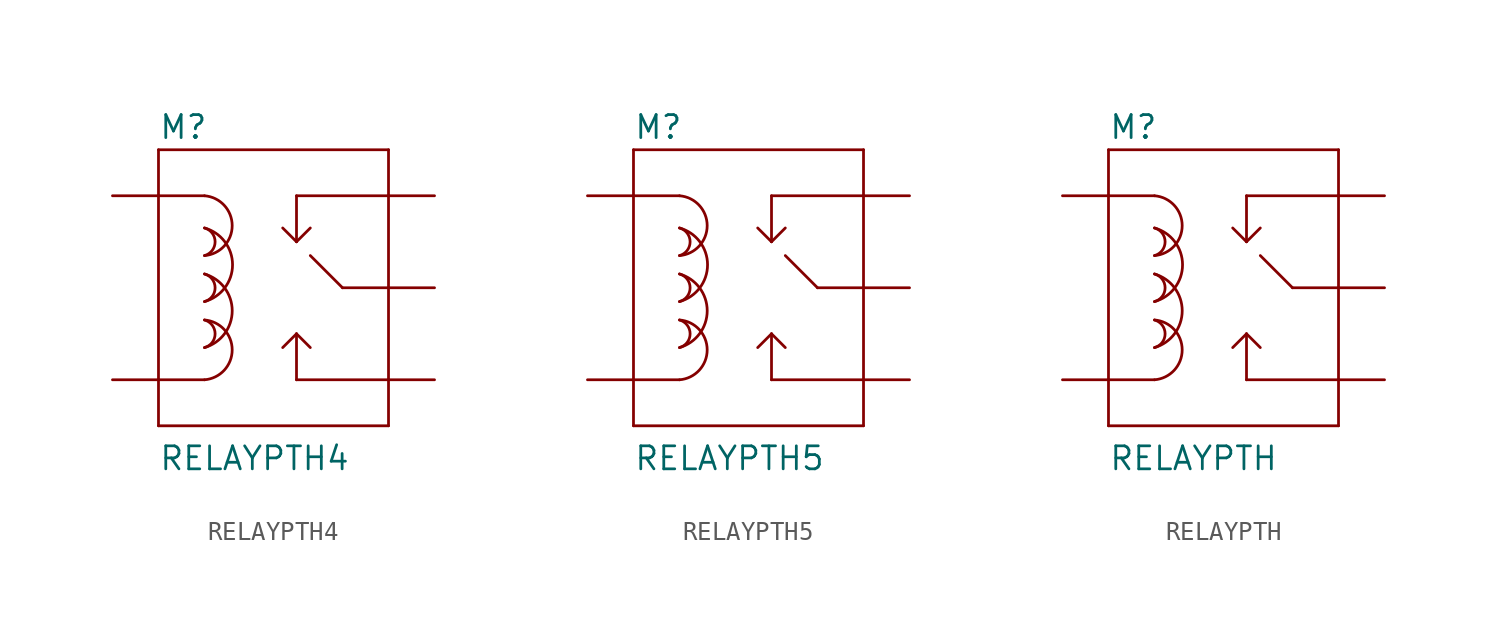
<source format=kicad_sym>
(kicad_symbol_lib
  (version 20211014)
  (generator kicad_symbol_editor)
  (symbol "RELAYPTH4"
    (pin_numbers hide)
    (pin_names
      (offset 1.016) hide)
    (property "Reference" "M"
      (at -7.62 8.128 0)
      (effects (font (size 1.27 1.27)) (justify left bottom)))
    (property "Value" "RELAYPTH4"
      (at -7.62 -10.16 0)
      (effects (font (size 1.27 1.27)) (justify left bottom)))
    (property "ki_locked" ""
      (at 0 0 0)
      (effects (font (size 1.27 1.27))))
    (symbol "RELAYPTH4_1_0"
      (polyline (pts (xy -7.62 -7.62) (xy -7.62 -5.08)) (stroke (width 0) (type default) (color 0 0 0 0)) (fill (type none)))
      (polyline (pts (xy -7.62 -5.08) (xy -7.62 5.08)) (stroke (width 0) (type default) (color 0 0 0 0)) (fill (type none)))
      (polyline (pts (xy -7.62 -5.08) (xy -5.08 -5.08)) (stroke (width 0) (type default) (color 0 0 0 0)) (fill (type none)))
      (polyline (pts (xy -7.62 5.08) (xy -7.62 7.62)) (stroke (width 0) (type default) (color 0 0 0 0)) (fill (type none)))
      (polyline (pts (xy -7.62 5.08) (xy -5.08 5.08)) (stroke (width 0) (type default) (color 0 0 0 0)) (fill (type none)))
      (polyline (pts (xy -7.62 7.62) (xy 5.08 7.62)) (stroke (width 0) (type default) (color 0 0 0 0)) (fill (type none)))
      (polyline (pts (xy 0 -5.08) (xy 0 -2.54)) (stroke (width 0) (type default) (color 0 0 0 0)) (fill (type none)))
      (polyline (pts (xy 0 -2.54) (xy -0.762 -3.302)) (stroke (width 0) (type default) (color 0 0 0 0)) (fill (type none)))
      (polyline (pts (xy 0 -2.54) (xy 0.762 -3.302)) (stroke (width 0) (type default) (color 0 0 0 0)) (fill (type none)))
      (polyline (pts (xy 0 2.54) (xy -0.762 3.302)) (stroke (width 0) (type default) (color 0 0 0 0)) (fill (type none)))
      (polyline (pts (xy 0 2.54) (xy 0.762 3.302)) (stroke (width 0) (type default) (color 0 0 0 0)) (fill (type none)))
      (polyline (pts (xy 0 5.08) (xy 0 2.54)) (stroke (width 0) (type default) (color 0 0 0 0)) (fill (type none)))
      (polyline (pts (xy 2.54 0) (xy 0.762 1.778)) (stroke (width 0) (type default) (color 0 0 0 0)) (fill (type none)))
      (polyline (pts (xy 5.08 -7.62) (xy -7.62 -7.62)) (stroke (width 0) (type default) (color 0 0 0 0)) (fill (type none)))
      (polyline (pts (xy 5.08 -5.08) (xy 0 -5.08)) (stroke (width 0) (type default) (color 0 0 0 0)) (fill (type none)))
      (polyline (pts (xy 5.08 -5.08) (xy 5.08 -7.62)) (stroke (width 0) (type default) (color 0 0 0 0)) (fill (type none)))
      (polyline (pts (xy 5.08 0) (xy 2.54 0)) (stroke (width 0) (type default) (color 0 0 0 0)) (fill (type none)))
      (polyline (pts (xy 5.08 0) (xy 5.08 -5.08)) (stroke (width 0) (type default) (color 0 0 0 0)) (fill (type none)))
      (polyline (pts (xy 5.08 5.08) (xy 0 5.08)) (stroke (width 0) (type default) (color 0 0 0 0)) (fill (type none)))
      (polyline (pts (xy 5.08 5.08) (xy 5.08 0)) (stroke (width 0) (type default) (color 0 0 0 0)) (fill (type none)))
      (polyline (pts (xy 5.08 7.62) (xy 5.08 5.08)) (stroke (width 0) (type default) (color 0 0 0 0)) (fill (type none))))
    (symbol "RELAYPTH4_1_1"
      (arc (start -5.08 -5.08) (mid -3.5511 -3.429) (end -5.08 -1.778) (stroke (width 0) (type default) (color 0 0 0 0)) (fill (type none)))
      (arc (start -5.08 -3.302) (mid -4.4946 -2.54) (end -5.08 -1.778) (stroke (width 0) (type default) (color 0 0 0 0)) (fill (type none)))
      (arc (start -5.08 -3.302) (mid -3.5499 -1.27) (end -5.08 0.762) (stroke (width 0) (type default) (color 0 0 0 0)) (fill (type none)))
      (arc (start -5.08 -0.762) (mid -4.4946 0) (end -5.08 0.762) (stroke (width 0) (type default) (color 0 0 0 0)) (fill (type none)))
      (arc (start -5.08 -0.762) (mid -3.5314 1.27) (end -5.08 3.302) (stroke (width 0) (type default) (color 0 0 0 0)) (fill (type none)))
      (arc (start -5.08 1.778) (mid -4.4946 2.54) (end -5.08 3.302) (stroke (width 0) (type default) (color 0 0 0 0)) (fill (type none)))
      (arc (start -5.08 1.778) (mid -3.5511 3.429) (end -5.08 5.08) (stroke (width 0) (type default) (color 0 0 0 0)) (fill (type none)))
      (pin bidirectional line (at -10.16 -5.08 0) (length 2.54) (name "COIL2" (effects (font (size 1.016 1.016)))) (number "1" (effects (font (size 1.016 1.016)))))
      (pin bidirectional line (at 7.62 5.08 180) (length 2.54) (name "NC" (effects (font (size 1.016 1.016)))) (number "2" (effects (font (size 1.016 1.016)))))
      (pin bidirectional line (at 7.62 -5.08 180) (length 2.54) (name "NO" (effects (font (size 1.016 1.016)))) (number "3" (effects (font (size 1.016 1.016)))))
      (pin bidirectional line (at 7.62 0 180) (length 2.54) (name "MAIN" (effects (font (size 1.016 1.016)))) (number "4" (effects (font (size 1.016 1.016)))))
      (pin bidirectional line (at -10.16 5.08 0) (length 2.54) (name "COIL1" (effects (font (size 1.016 1.016)))) (number "5" (effects (font (size 1.016 1.016)))))))
  (symbol "RELAYPTH5"
    (pin_numbers hide)
    (pin_names
      (offset 1.016) hide)
    (property "Reference" "M"
      (at -7.62 8.128 0)
      (effects (font (size 1.27 1.27)) (justify left bottom)))
    (property "Value" "RELAYPTH5"
      (at -7.62 -10.16 0)
      (effects (font (size 1.27 1.27)) (justify left bottom)))
    (property "ki_locked" ""
      (at 0 0 0)
      (effects (font (size 1.27 1.27))))
    (symbol "RELAYPTH5_1_0"
      (polyline (pts (xy -7.62 -7.62) (xy -7.62 -5.08)) (stroke (width 0) (type default) (color 0 0 0 0)) (fill (type none)))
      (polyline (pts (xy -7.62 -5.08) (xy -7.62 5.08)) (stroke (width 0) (type default) (color 0 0 0 0)) (fill (type none)))
      (polyline (pts (xy -7.62 -5.08) (xy -5.08 -5.08)) (stroke (width 0) (type default) (color 0 0 0 0)) (fill (type none)))
      (polyline (pts (xy -7.62 5.08) (xy -7.62 7.62)) (stroke (width 0) (type default) (color 0 0 0 0)) (fill (type none)))
      (polyline (pts (xy -7.62 5.08) (xy -5.08 5.08)) (stroke (width 0) (type default) (color 0 0 0 0)) (fill (type none)))
      (polyline (pts (xy -7.62 7.62) (xy 5.08 7.62)) (stroke (width 0) (type default) (color 0 0 0 0)) (fill (type none)))
      (polyline (pts (xy 0 -5.08) (xy 0 -2.54)) (stroke (width 0) (type default) (color 0 0 0 0)) (fill (type none)))
      (polyline (pts (xy 0 -2.54) (xy -0.762 -3.302)) (stroke (width 0) (type default) (color 0 0 0 0)) (fill (type none)))
      (polyline (pts (xy 0 -2.54) (xy 0.762 -3.302)) (stroke (width 0) (type default) (color 0 0 0 0)) (fill (type none)))
      (polyline (pts (xy 0 2.54) (xy -0.762 3.302)) (stroke (width 0) (type default) (color 0 0 0 0)) (fill (type none)))
      (polyline (pts (xy 0 2.54) (xy 0.762 3.302)) (stroke (width 0) (type default) (color 0 0 0 0)) (fill (type none)))
      (polyline (pts (xy 0 5.08) (xy 0 2.54)) (stroke (width 0) (type default) (color 0 0 0 0)) (fill (type none)))
      (polyline (pts (xy 2.54 0) (xy 0.762 1.778)) (stroke (width 0) (type default) (color 0 0 0 0)) (fill (type none)))
      (polyline (pts (xy 5.08 -7.62) (xy -7.62 -7.62)) (stroke (width 0) (type default) (color 0 0 0 0)) (fill (type none)))
      (polyline (pts (xy 5.08 -5.08) (xy 0 -5.08)) (stroke (width 0) (type default) (color 0 0 0 0)) (fill (type none)))
      (polyline (pts (xy 5.08 -5.08) (xy 5.08 -7.62)) (stroke (width 0) (type default) (color 0 0 0 0)) (fill (type none)))
      (polyline (pts (xy 5.08 0) (xy 2.54 0)) (stroke (width 0) (type default) (color 0 0 0 0)) (fill (type none)))
      (polyline (pts (xy 5.08 0) (xy 5.08 -5.08)) (stroke (width 0) (type default) (color 0 0 0 0)) (fill (type none)))
      (polyline (pts (xy 5.08 5.08) (xy 0 5.08)) (stroke (width 0) (type default) (color 0 0 0 0)) (fill (type none)))
      (polyline (pts (xy 5.08 5.08) (xy 5.08 0)) (stroke (width 0) (type default) (color 0 0 0 0)) (fill (type none)))
      (polyline (pts (xy 5.08 7.62) (xy 5.08 5.08)) (stroke (width 0) (type default) (color 0 0 0 0)) (fill (type none))))
    (symbol "RELAYPTH5_1_1"
      (arc (start -5.08 -5.08) (mid -3.5511 -3.429) (end -5.08 -1.778) (stroke (width 0) (type default) (color 0 0 0 0)) (fill (type none)))
      (arc (start -5.08 -3.302) (mid -4.4946 -2.54) (end -5.08 -1.778) (stroke (width 0) (type default) (color 0 0 0 0)) (fill (type none)))
      (arc (start -5.08 -3.302) (mid -3.5499 -1.27) (end -5.08 0.762) (stroke (width 0) (type default) (color 0 0 0 0)) (fill (type none)))
      (arc (start -5.08 -0.762) (mid -4.4946 0) (end -5.08 0.762) (stroke (width 0) (type default) (color 0 0 0 0)) (fill (type none)))
      (arc (start -5.08 -0.762) (mid -3.5314 1.27) (end -5.08 3.302) (stroke (width 0) (type default) (color 0 0 0 0)) (fill (type none)))
      (arc (start -5.08 1.778) (mid -4.4946 2.54) (end -5.08 3.302) (stroke (width 0) (type default) (color 0 0 0 0)) (fill (type none)))
      (arc (start -5.08 1.778) (mid -3.5511 3.429) (end -5.08 5.08) (stroke (width 0) (type default) (color 0 0 0 0)) (fill (type none)))
      (pin bidirectional line (at -10.16 5.08 0) (length 2.54) (name "COIL1" (effects (font (size 1.016 1.016)))) (number "COIL1" (effects (font (size 1.016 1.016)))))
      (pin bidirectional line (at -10.16 -5.08 0) (length 2.54) (name "COIL2" (effects (font (size 1.016 1.016)))) (number "COIL2" (effects (font (size 1.016 1.016)))))
      (pin bidirectional line (at 7.62 0 180) (length 2.54) (name "MAIN" (effects (font (size 1.016 1.016)))) (number "MAIN" (effects (font (size 1.016 1.016)))))
      (pin bidirectional line (at 7.62 5.08 180) (length 2.54) (name "NC" (effects (font (size 1.016 1.016)))) (number "NC" (effects (font (size 1.016 1.016)))))
      (pin bidirectional line (at 7.62 -5.08 180) (length 2.54) (name "NO" (effects (font (size 1.016 1.016)))) (number "NO" (effects (font (size 1.016 1.016)))))))
  (symbol "RELAYPTH"
    (pin_numbers hide)
    (pin_names
      (offset 1.016) hide)
    (property "Reference" "M"
      (at -7.62 8.128 0)
      (effects (font (size 1.27 1.27)) (justify left bottom)))
    (property "Value" "RELAYPTH"
      (at -7.62 -10.16 0)
      (effects (font (size 1.27 1.27)) (justify left bottom)))
    (property "ki_locked" ""
      (at 0 0 0)
      (effects (font (size 1.27 1.27))))
    (symbol "RELAYPTH_1_0"
      (polyline (pts (xy -7.62 -7.62) (xy -7.62 -5.08)) (stroke (width 0) (type default) (color 0 0 0 0)) (fill (type none)))
      (polyline (pts (xy -7.62 -5.08) (xy -7.62 5.08)) (stroke (width 0) (type default) (color 0 0 0 0)) (fill (type none)))
      (polyline (pts (xy -7.62 -5.08) (xy -5.08 -5.08)) (stroke (width 0) (type default) (color 0 0 0 0)) (fill (type none)))
      (polyline (pts (xy -7.62 5.08) (xy -7.62 7.62)) (stroke (width 0) (type default) (color 0 0 0 0)) (fill (type none)))
      (polyline (pts (xy -7.62 5.08) (xy -5.08 5.08)) (stroke (width 0) (type default) (color 0 0 0 0)) (fill (type none)))
      (polyline (pts (xy -7.62 7.62) (xy 5.08 7.62)) (stroke (width 0) (type default) (color 0 0 0 0)) (fill (type none)))
      (polyline (pts (xy 0 -5.08) (xy 0 -2.54)) (stroke (width 0) (type default) (color 0 0 0 0)) (fill (type none)))
      (polyline (pts (xy 0 -2.54) (xy -0.762 -3.302)) (stroke (width 0) (type default) (color 0 0 0 0)) (fill (type none)))
      (polyline (pts (xy 0 -2.54) (xy 0.762 -3.302)) (stroke (width 0) (type default) (color 0 0 0 0)) (fill (type none)))
      (polyline (pts (xy 0 2.54) (xy -0.762 3.302)) (stroke (width 0) (type default) (color 0 0 0 0)) (fill (type none)))
      (polyline (pts (xy 0 2.54) (xy 0.762 3.302)) (stroke (width 0) (type default) (color 0 0 0 0)) (fill (type none)))
      (polyline (pts (xy 0 5.08) (xy 0 2.54)) (stroke (width 0) (type default) (color 0 0 0 0)) (fill (type none)))
      (polyline (pts (xy 2.54 0) (xy 0.762 1.778)) (stroke (width 0) (type default) (color 0 0 0 0)) (fill (type none)))
      (polyline (pts (xy 5.08 -7.62) (xy -7.62 -7.62)) (stroke (width 0) (type default) (color 0 0 0 0)) (fill (type none)))
      (polyline (pts (xy 5.08 -5.08) (xy 0 -5.08)) (stroke (width 0) (type default) (color 0 0 0 0)) (fill (type none)))
      (polyline (pts (xy 5.08 -5.08) (xy 5.08 -7.62)) (stroke (width 0) (type default) (color 0 0 0 0)) (fill (type none)))
      (polyline (pts (xy 5.08 0) (xy 2.54 0)) (stroke (width 0) (type default) (color 0 0 0 0)) (fill (type none)))
      (polyline (pts (xy 5.08 0) (xy 5.08 -5.08)) (stroke (width 0) (type default) (color 0 0 0 0)) (fill (type none)))
      (polyline (pts (xy 5.08 5.08) (xy 0 5.08)) (stroke (width 0) (type default) (color 0 0 0 0)) (fill (type none)))
      (polyline (pts (xy 5.08 5.08) (xy 5.08 0)) (stroke (width 0) (type default) (color 0 0 0 0)) (fill (type none)))
      (polyline (pts (xy 5.08 7.62) (xy 5.08 5.08)) (stroke (width 0) (type default) (color 0 0 0 0)) (fill (type none))))
    (symbol "RELAYPTH_1_1"
      (arc (start -5.08 -5.08) (mid -3.5511 -3.429) (end -5.08 -1.778) (stroke (width 0) (type default) (color 0 0 0 0)) (fill (type none)))
      (arc (start -5.08 -3.302) (mid -4.4946 -2.54) (end -5.08 -1.778) (stroke (width 0) (type default) (color 0 0 0 0)) (fill (type none)))
      (arc (start -5.08 -3.302) (mid -3.5499 -1.27) (end -5.08 0.762) (stroke (width 0) (type default) (color 0 0 0 0)) (fill (type none)))
      (arc (start -5.08 -0.762) (mid -4.4946 0) (end -5.08 0.762) (stroke (width 0) (type default) (color 0 0 0 0)) (fill (type none)))
      (arc (start -5.08 -0.762) (mid -3.5314 1.27) (end -5.08 3.302) (stroke (width 0) (type default) (color 0 0 0 0)) (fill (type none)))
      (arc (start -5.08 1.778) (mid -4.4946 2.54) (end -5.08 3.302) (stroke (width 0) (type default) (color 0 0 0 0)) (fill (type none)))
      (arc (start -5.08 1.778) (mid -3.5511 3.429) (end -5.08 5.08) (stroke (width 0) (type default) (color 0 0 0 0)) (fill (type none)))
      (pin bidirectional line (at -10.16 -5.08 0) (length 2.54) (name "COIL2" (effects (font (size 1.016 1.016)))) (number "1" (effects (font (size 1.016 1.016)))))
      (pin bidirectional line (at 7.62 0 180) (length 2.54) (name "MAIN" (effects (font (size 1.016 1.016)))) (number "2" (effects (font (size 1.016 1.016)))))
      (pin bidirectional line (at 7.62 -5.08 180) (length 2.54) (name "NO" (effects (font (size 1.016 1.016)))) (number "3" (effects (font (size 1.016 1.016)))))
      (pin bidirectional line (at 7.62 5.08 180) (length 2.54) (name "NC" (effects (font (size 1.016 1.016)))) (number "4" (effects (font (size 1.016 1.016)))))
      (pin bidirectional line (at -10.16 5.08 0) (length 2.54) (name "COIL1" (effects (font (size 1.016 1.016)))) (number "5" (effects (font (size 1.016 1.016))))))))
</source>
